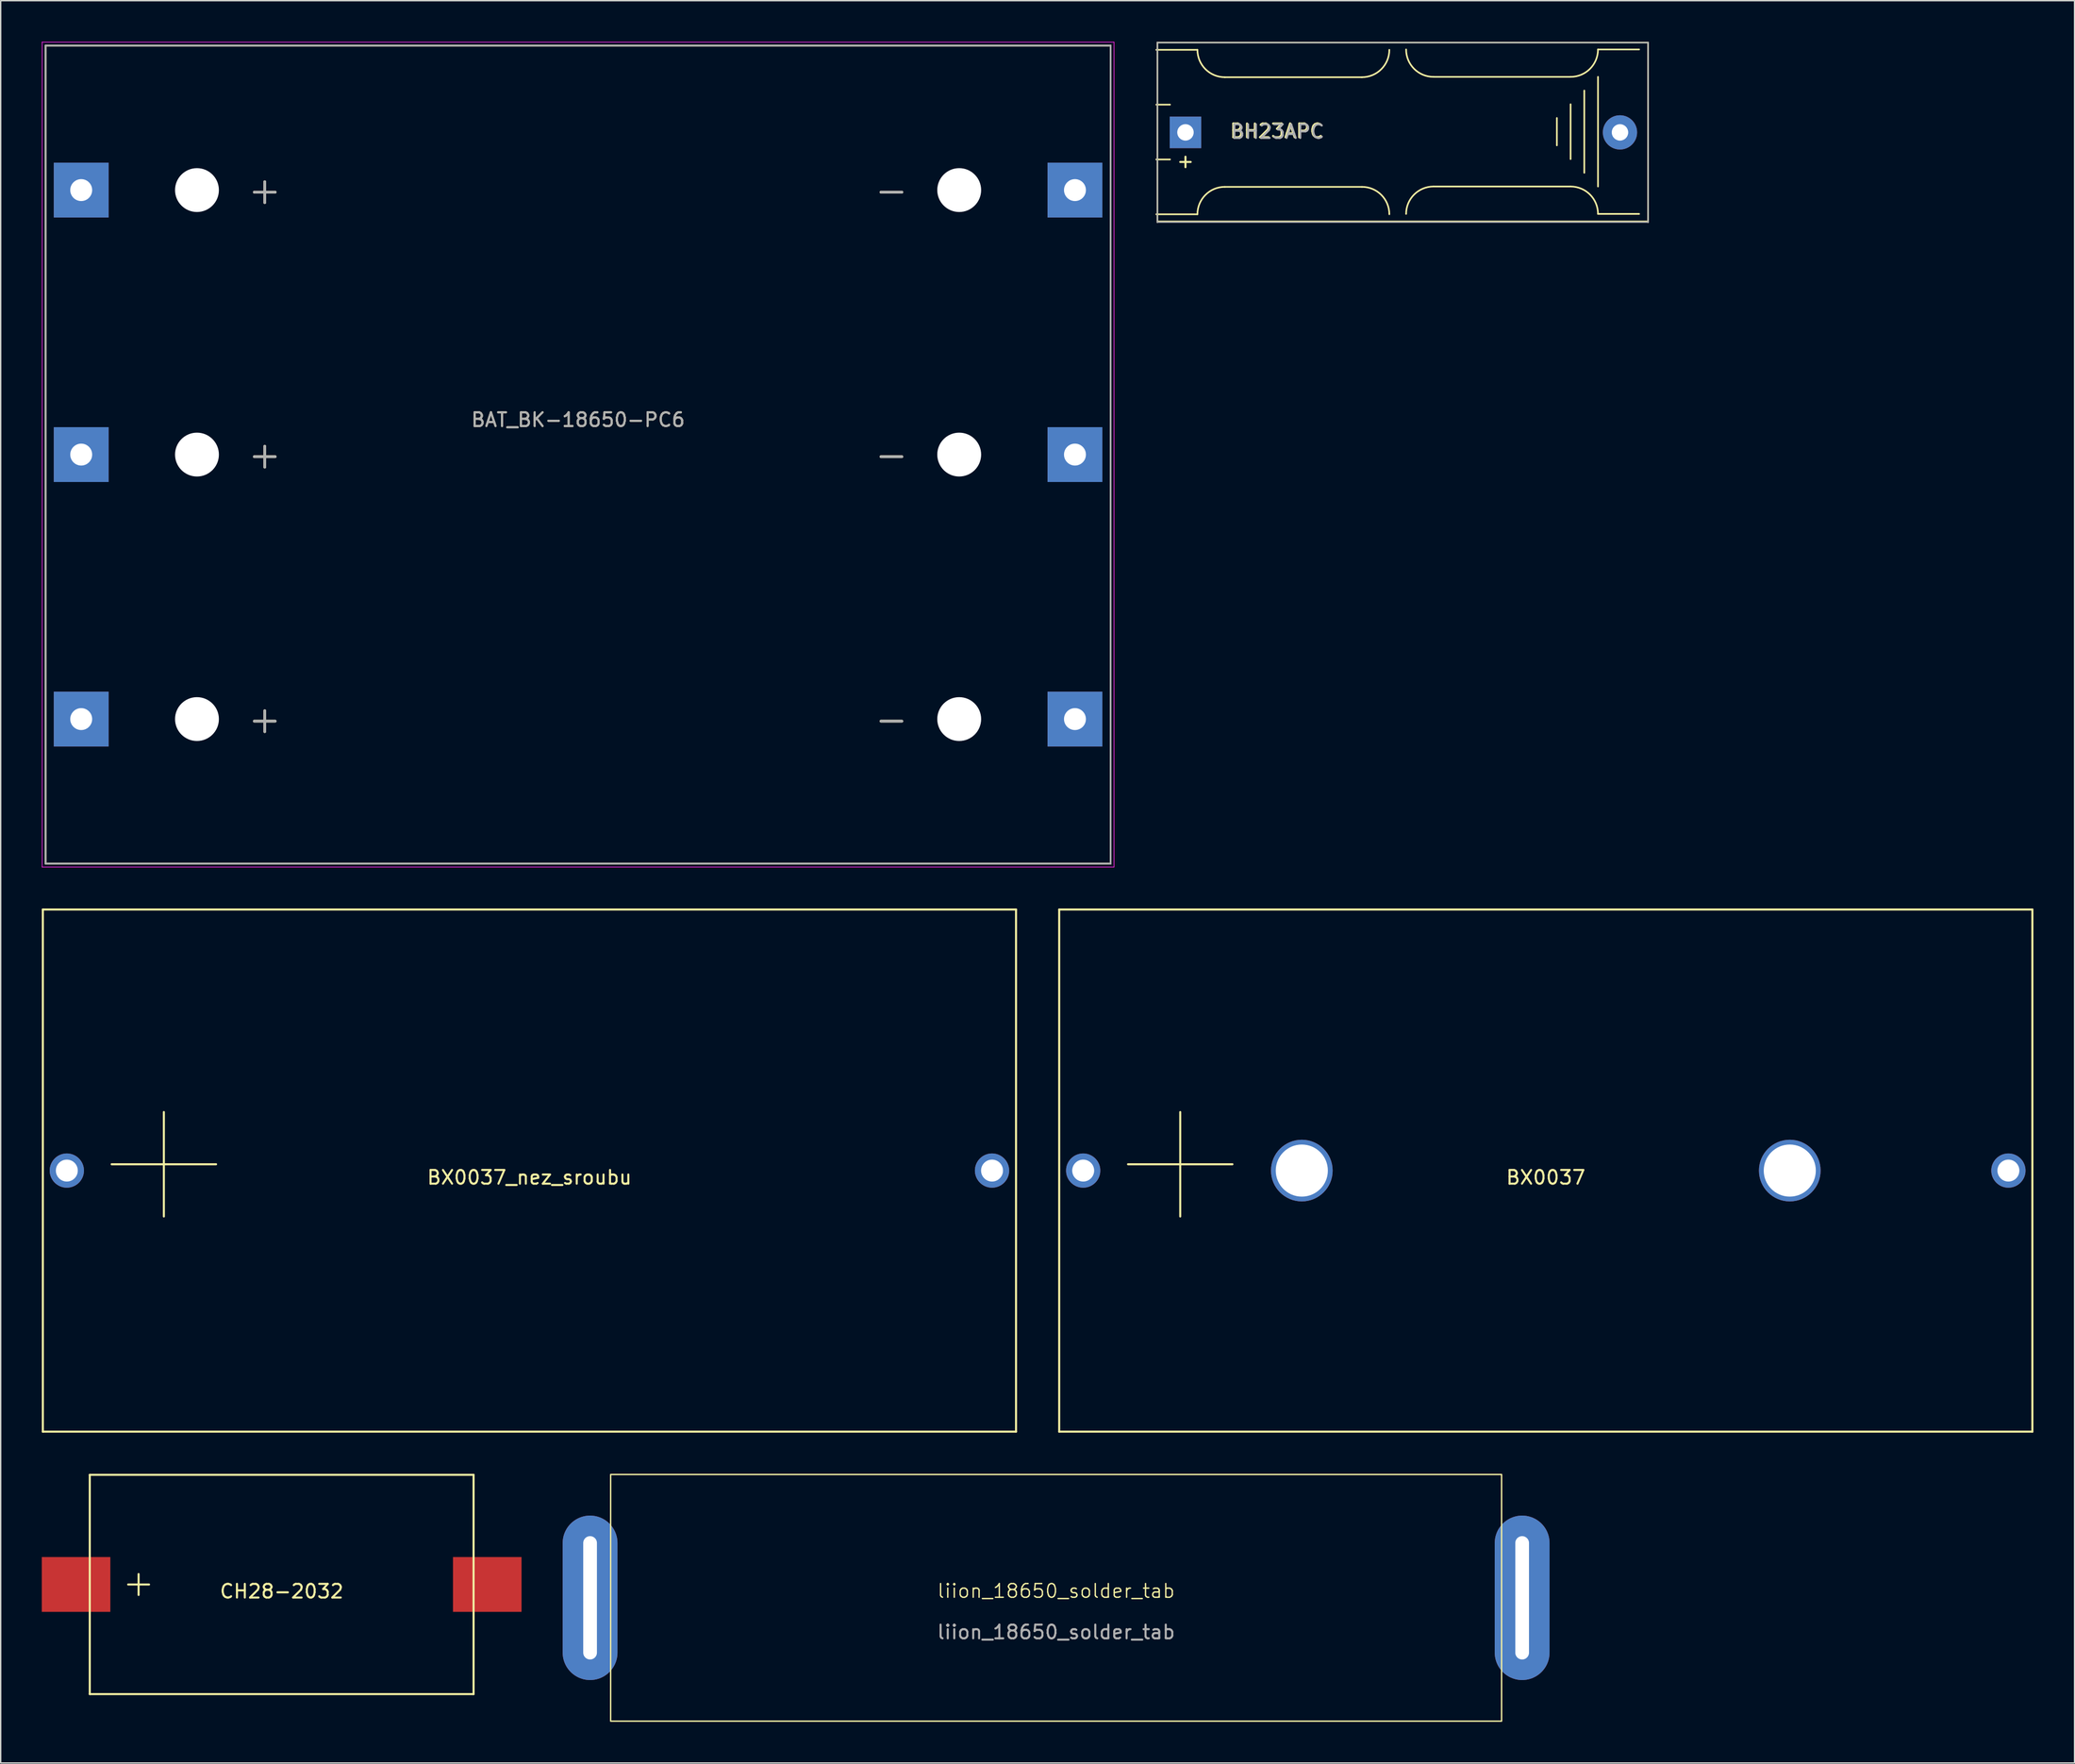
<source format=kicad_pcb>
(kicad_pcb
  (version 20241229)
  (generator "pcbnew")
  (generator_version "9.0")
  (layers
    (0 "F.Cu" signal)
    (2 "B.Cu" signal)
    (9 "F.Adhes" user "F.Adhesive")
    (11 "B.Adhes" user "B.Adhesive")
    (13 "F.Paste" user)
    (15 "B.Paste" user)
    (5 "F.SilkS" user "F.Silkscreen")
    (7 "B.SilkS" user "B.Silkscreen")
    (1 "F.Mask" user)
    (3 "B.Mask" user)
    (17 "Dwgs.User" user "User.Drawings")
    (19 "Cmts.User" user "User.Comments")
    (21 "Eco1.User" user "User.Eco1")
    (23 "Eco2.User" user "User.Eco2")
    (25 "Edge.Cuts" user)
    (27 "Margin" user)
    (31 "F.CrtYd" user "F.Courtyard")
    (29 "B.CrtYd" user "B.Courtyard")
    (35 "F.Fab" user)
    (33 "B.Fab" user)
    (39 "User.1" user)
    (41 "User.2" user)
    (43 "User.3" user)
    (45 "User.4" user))
  (footprint "CH28-2032"
    (layer "F.Cu")
    (at 17.5 112.565)
    (property "Reference" "CH28-2032" (at 0 0.5 0) (layer "F.SilkS") (effects (font (size 1 1) (thickness 0.15))))
    (attr through_hole)
    (fp_line (start -14 -8) (end 14 -8) (stroke (width 0.15) (type solid)) (layer "F.SilkS"))
    (fp_line (start -14 8) (end -14 -8) (stroke (width 0.15) (type solid)) (layer "F.SilkS"))
    (fp_line (start 14 -8) (end 14 8) (stroke (width 0.15) (type solid)) (layer "F.SilkS"))
    (fp_line (start 14 8) (end -14 8) (stroke (width 0.15) (type solid)) (layer "F.SilkS"))
    (fp_text user "+" (at -10.439 -0.152 0) (layer "F.SilkS") (effects (font (size 2 2) (thickness 0.15))))
    (pad "1" smd rect (at -15 0) (size 5 4) (layers "F.Cu" "F.Mask" "F.Paste"))
    (pad "2" smd rect (at 15 0) (size 5 4) (layers "F.Cu" "F.Mask" "F.Paste")))
  (footprint "BX0037_nez_sroubu"
    (layer "F.Cu")
    (at 35.575 82.365)
    (property "Reference" "BX0037_nez_sroubu" (at 0 0.5 0) (layer "F.SilkS") (effects (font (size 1 1) (thickness 0.15))))
    (attr through_hole)
    (fp_line (start -35.5 -19.05) (end -35.5 19.05) (stroke (width 0.15) (type solid)) (layer "F.SilkS"))
    (fp_line (start -35.5 -19.05) (end 35.5 -19.05) (stroke (width 0.15) (type solid)) (layer "F.SilkS"))
    (fp_line (start -35.5 19.05) (end 35.5 19.05) (stroke (width 0.15) (type solid)) (layer "F.SilkS"))
    (fp_line (start 35.5 -19.05) (end 35.5 19.05) (stroke (width 0.15) (type solid)) (layer "F.SilkS"))
    (fp_text user "+" (at -26.67 -1.27 0) (layer "F.SilkS") (effects (font (size 10 10) (thickness 0.15))))
    (pad "1" thru_hole circle (at -33.75 0) (size 2.5 2.5) (drill 1.6) (layers "*.Cu" "*.Mask"))
    (pad "2" thru_hole circle (at 33.75 0) (size 2.5 2.5) (drill 1.6) (layers "*.Cu" "*.Mask")))
  (footprint "BH23APC"
    (layer "F.Cu")
    (at 99.287 6.61)
    (property "Reference" "BH23APC" (at -9.195 -0.102 180) (layer "F.SilkS") (effects (font (size 1 1) (thickness 0.15))))
    (attr through_hole)
    (fp_line (start -17.977 -6.025) (end -14.977 -6.025) (stroke (width 0.12) (type solid)) (layer "F.SilkS"))
    (fp_line (start -17.977 -2.025) (end -16.977 -2.025) (stroke (width 0.12) (type solid)) (layer "F.SilkS"))
    (fp_line (start -17.977 5.975) (end -14.977 5.975) (stroke (width 0.12) (type solid)) (layer "F.SilkS"))
    (fp_line (start -17.9 -6.55) (end -17.9 6.55) (stroke (width 0.12) (type solid)) (layer "F.SilkS"))
    (fp_line (start -16.977 1.975) (end -17.977 1.975) (stroke (width 0.12) (type solid)) (layer "F.SilkS"))
    (fp_line (start -12.977 -4.025) (end -2.977 -4.025) (stroke (width 0.12) (type solid)) (layer "F.SilkS"))
    (fp_line (start -12.977 3.975) (end -2.977 3.975) (stroke (width 0.12) (type solid)) (layer "F.SilkS"))
    (fp_line (start 11.247 -1.051) (end 11.247 0.949) (stroke (width 0.12) (type solid)) (layer "F.SilkS"))
    (fp_line (start 12.247 -4.051) (end 2.247 -4.051) (stroke (width 0.12) (type solid)) (layer "F.SilkS"))
    (fp_line (start 12.247 -2.051) (end 12.247 1.949) (stroke (width 0.12) (type solid)) (layer "F.SilkS"))
    (fp_line (start 12.247 3.949) (end 2.247 3.949) (stroke (width 0.12) (type solid)) (layer "F.SilkS"))
    (fp_line (start 13.247 2.949) (end 13.247 -3.051) (stroke (width 0.12) (type solid)) (layer "F.SilkS"))
    (fp_line (start 14.247 -4.051) (end 14.247 3.949) (stroke (width 0.12) (type solid)) (layer "F.SilkS"))
    (fp_line (start 17.247 -6.051) (end 14.247 -6.051) (stroke (width 0.12) (type solid)) (layer "F.SilkS"))
    (fp_line (start 17.247 5.949) (end 14.247 5.949) (stroke (width 0.12) (type solid)) (layer "F.SilkS"))
    (fp_line (start 17.9 -6.55) (end -17.9 -6.55) (stroke (width 0.12) (type solid)) (layer "F.SilkS"))
    (fp_line (start 17.9 6.5) (end -17.9 6.5) (stroke (width 0.12) (type solid)) (layer "F.SilkS"))
    (fp_line (start 17.9 6.55) (end 17.9 -6.55) (stroke (width 0.12) (type solid)) (layer "F.SilkS"))
    (fp_arc (start -14.9766 5.9746) (mid -14.390814 4.560386) (end -12.9766 3.9746) (stroke (width 0.12) (type solid)) (layer "F.SilkS"))
    (fp_arc (start -12.9766 -4.0254) (mid -14.390814 -4.611186) (end -14.9766 -6.0254) (stroke (width 0.12) (type solid)) (layer "F.SilkS"))
    (fp_arc (start -2.9766 3.9746) (mid -1.562386 4.560386) (end -0.9766 5.9746) (stroke (width 0.12) (type solid)) (layer "F.SilkS"))
    (fp_arc (start -0.9766 -6.0254) (mid -1.562386 -4.611186) (end -2.9766 -4.0254) (stroke (width 0.12) (type solid)) (layer "F.SilkS"))
    (fp_arc (start 0.2472 5.9492) (mid 0.832986 4.534986) (end 2.2472 3.9492) (stroke (width 0.12) (type solid)) (layer "F.SilkS"))
    (fp_arc (start 2.2472 -4.0508) (mid 0.832986 -4.636586) (end 0.2472 -6.0508) (stroke (width 0.12) (type solid)) (layer "F.SilkS"))
    (fp_arc (start 12.2472 3.9492) (mid 13.661414 4.534986) (end 14.2472 5.9492) (stroke (width 0.12) (type solid)) (layer "F.SilkS"))
    (fp_arc (start 14.2472 -6.0508) (mid 13.661414 -4.636586) (end 12.2472 -4.0508) (stroke (width 0.12) (type solid)) (layer "F.SilkS"))
    (fp_line (start -17.9 -6.55) (end -17.9 6.55) (stroke (width 0.1) (type solid)) (layer "F.Fab"))
    (fp_line (start 17.9 -6.55) (end -17.9 -6.55) (stroke (width 0.1) (type solid)) (layer "F.Fab"))
    (fp_line (start 17.9 6.55) (end -17.9 6.55) (stroke (width 0.1) (type solid)) (layer "F.Fab"))
    (fp_line (start 17.9 6.55) (end 17.9 -6.55) (stroke (width 0.1) (type solid)) (layer "F.Fab"))
    (fp_text user "+" (at -15.85 2.083 0) (layer "F.SilkS") (effects (font (size 1 1) (thickness 0.15))))
    (fp_text user "${REFERENCE}" (at -9.119 -0.051 0) (layer "F.Fab") (effects (font (size 1 1) (thickness 0.15))))
    (pad "1" thru_hole rect (at -15.85 0) (size 2.3 2.3) (drill 1.2) (layers "*.Cu" "*.Mask"))
    (pad "2" thru_hole circle (at 15.85 0) (size 2.5 2.5) (drill 1.2) (layers "*.Cu" "*.Mask")))
  (footprint "BX0037"
    (layer "F.Cu")
    (at 109.725 82.365)
    (property "Reference" "BX0037" (at 0 0.5 0) (layer "F.SilkS") (effects (font (size 1 1) (thickness 0.15))))
    (attr through_hole)
    (fp_line (start -35.5 -19.05) (end -35.5 19.05) (stroke (width 0.15) (type solid)) (layer "F.SilkS"))
    (fp_line (start -35.5 -19.05) (end 35.5 -19.05) (stroke (width 0.15) (type solid)) (layer "F.SilkS"))
    (fp_line (start -35.5 19.05) (end 35.5 19.05) (stroke (width 0.15) (type solid)) (layer "F.SilkS"))
    (fp_line (start 35.5 -19.05) (end 35.5 19.05) (stroke (width 0.15) (type solid)) (layer "F.SilkS"))
    (fp_text user "+" (at -26.67 -1.27 0) (layer "F.SilkS") (effects (font (size 10 10) (thickness 0.15))))
    (pad "" np_thru_hole circle (at -17.8 0) (size 4.5 4.5) (drill 3.8) (layers "*.Cu" "*.Mask"))
    (pad "" np_thru_hole circle (at 17.8 0) (size 4.5 4.5) (drill 3.8) (layers "*.Cu" "*.Mask"))
    (pad "1" thru_hole circle (at -33.75 0) (size 2.5 2.5) (drill 1.6) (layers "*.Cu" "*.Mask"))
    (pad "2" thru_hole circle (at 33.75 0) (size 2.5 2.5) (drill 1.6) (layers "*.Cu" "*.Mask")))
  (footprint "liion_18650_solder_tab"
    (layer "F.Cu")
    (at 74 113.54)
    (property "Reference" "liion_18650_solder_tab" (at 0 -0.5 0) (unlocked yes) (layer "F.SilkS") (effects (font (size 1 1) (thickness 0.1))))
    (attr through_hole)
    (fp_rect (start -32.5 -9) (end 32.5 9) (stroke (width 0.1) (type default)) (fill no) (layer "F.SilkS"))
    (fp_text user "${REFERENCE}" (at 0 2.5 0) (unlocked yes) (layer "F.Fab") (effects (font (size 1 1) (thickness 0.15))))
    (pad "1" thru_hole oval (at -34 0) (size 4 12) (drill oval 1 9) (layers "*.Cu" "*.Mask"))
    (pad "2" thru_hole oval (at 34 0) (size 4 12) (drill oval 1 9) (layers "*.Cu" "*.Mask")))
  (footprint "BAT_BK-18650-PC6"
    (layer "F.Cu")
    (at 39.125 30.12)
    (property "Reference" "BAT_BK-18650-PC6" (at 0 -2.54 0) (layer "F.Fab") (effects (font (size 1 1) (thickness 0.15))))
    (attr through_hole)
    (fp_line (start -38.85 -29.845) (end 38.85 -29.845) (stroke (width 0.127) (type solid)) (layer "F.SilkS"))
    (fp_line (start -38.85 29.845) (end -38.85 -29.845) (stroke (width 0.127) (type solid)) (layer "F.SilkS"))
    (fp_line (start 38.85 -29.845) (end 38.85 29.845) (stroke (width 0.127) (type solid)) (layer "F.SilkS"))
    (fp_line (start 38.85 29.845) (end -38.85 29.845) (stroke (width 0.127) (type solid)) (layer "F.SilkS"))
    (fp_line (start -39.1 -30.095) (end 39.1 -30.095) (stroke (width 0.05) (type solid)) (layer "F.CrtYd"))
    (fp_line (start -39.1 30.095) (end -39.1 -30.095) (stroke (width 0.05) (type solid)) (layer "F.CrtYd"))
    (fp_line (start 39.1 -30.095) (end 39.1 30.095) (stroke (width 0.05) (type solid)) (layer "F.CrtYd"))
    (fp_line (start 39.1 30.095) (end -39.1 30.095) (stroke (width 0.05) (type solid)) (layer "F.CrtYd"))
    (fp_line (start -38.85 -29.845) (end 38.85 -29.845) (stroke (width 0.127) (type solid)) (layer "F.Fab"))
    (fp_line (start -38.85 29.845) (end -38.85 -29.845) (stroke (width 0.127) (type solid)) (layer "F.Fab"))
    (fp_line (start 38.85 -29.845) (end 38.85 29.845) (stroke (width 0.127) (type solid)) (layer "F.Fab"))
    (fp_line (start 38.85 29.845) (end -38.85 29.845) (stroke (width 0.127) (type solid)) (layer "F.Fab"))
    (fp_text user "-" (at 22.86 0 0) (unlocked yes) (layer "F.SilkS") (effects (font (size 2 2) (thickness 0.2))))
    (fp_text user "-" (at 22.86 -19.3 0) (unlocked yes) (layer "F.SilkS") (effects (font (size 2 2) (thickness 0.2))))
    (fp_text user "+" (at -22.86 0 0) (unlocked yes) (layer "F.SilkS") (effects (font (size 2 2) (thickness 0.2))))
    (fp_text user "+" (at -22.86 19.3 0) (unlocked yes) (layer "F.SilkS") (effects (font (size 2 2) (thickness 0.2))))
    (fp_text user "+" (at -22.86 -19.3 0) (unlocked yes) (layer "F.SilkS") (effects (font (size 2 2) (thickness 0.2))))
    (fp_text user "-" (at 22.86 19.3 0) (unlocked yes) (layer "F.SilkS") (effects (font (size 2 2) (thickness 0.2))))
    (fp_text user "${REFERENCE}" (at 0 -2.54 0) (layer "F.SilkS") (effects (font (size 1 1) (thickness 0.15))))
    (fp_text user "-" (at 22.86 19.3 0) (unlocked yes) (layer "F.Fab") (effects (font (size 2 2) (thickness 0.2))))
    (fp_text user "+" (at -22.86 -19.3 0) (unlocked yes) (layer "F.Fab") (effects (font (size 2 2) (thickness 0.2))))
    (fp_text user "-" (at 22.86 -19.3 0) (unlocked yes) (layer "F.Fab") (effects (font (size 2 2) (thickness 0.2))))
    (fp_text user "-" (at 22.86 0 0) (unlocked yes) (layer "F.Fab") (effects (font (size 2 2) (thickness 0.2))))
    (fp_text user "+" (at -22.86 19.3 0) (unlocked yes) (layer "F.Fab") (effects (font (size 2 2) (thickness 0.2))))
    (fp_text user "+" (at -22.86 0 0) (unlocked yes) (layer "F.Fab") (effects (font (size 2 2) (thickness 0.2))))
    (pad "" np_thru_hole circle (at -27.805 -19.3) (size 3.2 3.2) (drill 3.2) (layers "*.Cu" "*.Mask"))
    (pad "" np_thru_hole circle (at -27.805 0) (size 3.2 3.2) (drill 3.2) (layers "*.Cu" "*.Mask"))
    (pad "" np_thru_hole circle (at -27.805 19.3) (size 3.2 3.2) (drill 3.2) (layers "*.Cu" "*.Mask"))
    (pad "" np_thru_hole circle (at 27.805 -19.3) (size 3.2 3.2) (drill 3.2) (layers "*.Cu" "*.Mask"))
    (pad "" np_thru_hole circle (at 27.805 0) (size 3.2 3.2) (drill 3.2) (layers "*.Cu" "*.Mask"))
    (pad "" np_thru_hole circle (at 27.805 19.3) (size 3.2 3.2) (drill 3.2) (layers "*.Cu" "*.Mask"))
    (pad "1+" thru_hole rect (at -36.25 -19.3) (size 4 4) (drill 1.6) (layers "*.Cu" "*.Mask"))
    (pad "1-" thru_hole rect (at 36.25 -19.3) (size 4 4) (drill 1.6) (layers "*.Cu" "*.Mask"))
    (pad "2+" thru_hole rect (at -36.25 0) (size 4 4) (drill 1.6) (layers "*.Cu" "*.Mask"))
    (pad "2-" thru_hole rect (at 36.25 0) (size 4 4) (drill 1.6) (layers "*.Cu" "*.Mask"))
    (pad "3+" thru_hole rect (at -36.25 19.3) (size 4 4) (drill 1.6) (layers "*.Cu" "*.Mask"))
    (pad "3-" thru_hole rect (at 36.25 19.3) (size 4 4) (drill 1.6) (layers "*.Cu" "*.Mask")))
  (gr_rect
    (start -3 -3)
    (end 148.3 125.59)
    (stroke (width 0.1) (type default))
    (fill no)
    (layer "Edge.Cuts")))
</source>
